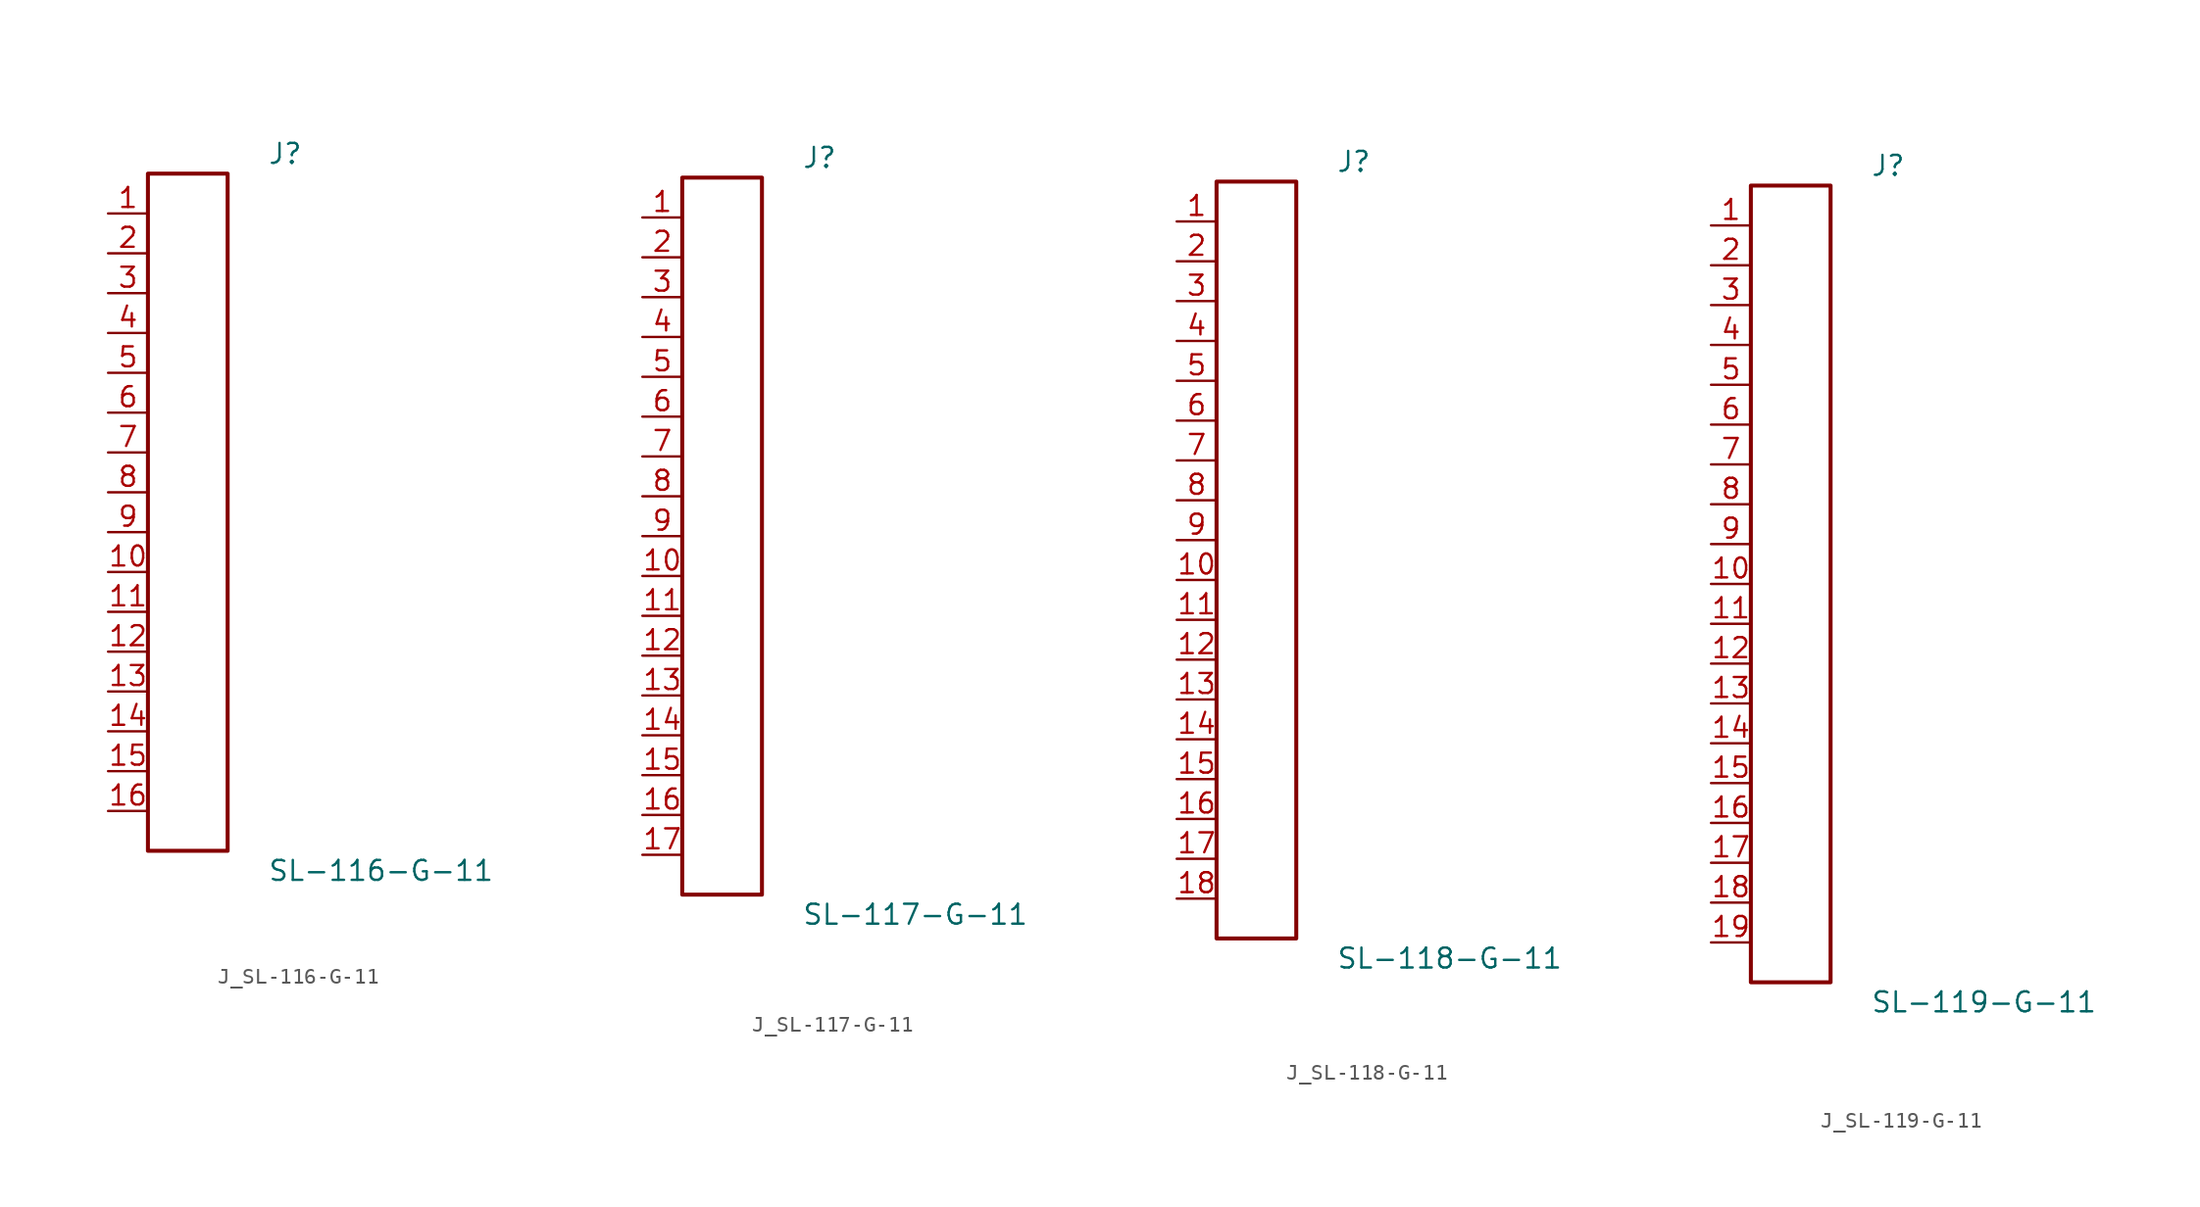
<source format=kicad_sym>
(kicad_symbol_lib
  (version 20231120)
  (generator kicad_symbol_editor)
  (generator_version 8.0)
  (symbol "J_SL-116-G-11"
    (pin_names
      (offset 0.254))
    (property "Reference" "J"
      (at 5.08 22.86 0)
      (effects (font (size 1.27 1.27)) (justify left)))
    (property "Value" "SL-116-G-11"
      (at 5.08 -22.86 0)
      (effects (font (size 1.27 1.27)) (justify left)))
    (symbol "J_SL-116-G-11_0_0"
      (pin unspecified line (at -5.08 19.05 0) (length 2.54) (name "" (effects (font (size 1.27 1.27)))) (number "1" (effects (font (size 1.27 1.27)))))
      (pin unspecified line (at -5.08 16.51 0) (length 2.54) (name "" (effects (font (size 1.27 1.27)))) (number "2" (effects (font (size 1.27 1.27)))))
      (pin unspecified line (at -5.08 13.97 0) (length 2.54) (name "" (effects (font (size 1.27 1.27)))) (number "3" (effects (font (size 1.27 1.27)))))
      (pin unspecified line (at -5.08 11.43 0) (length 2.54) (name "" (effects (font (size 1.27 1.27)))) (number "4" (effects (font (size 1.27 1.27)))))
      (pin unspecified line (at -5.08 8.89 0) (length 2.54) (name "" (effects (font (size 1.27 1.27)))) (number "5" (effects (font (size 1.27 1.27)))))
      (pin unspecified line (at -5.08 6.35 0) (length 2.54) (name "" (effects (font (size 1.27 1.27)))) (number "6" (effects (font (size 1.27 1.27)))))
      (pin unspecified line (at -5.08 3.81 0) (length 2.54) (name "" (effects (font (size 1.27 1.27)))) (number "7" (effects (font (size 1.27 1.27)))))
      (pin unspecified line (at -5.08 1.27 0) (length 2.54) (name "" (effects (font (size 1.27 1.27)))) (number "8" (effects (font (size 1.27 1.27)))))
      (pin unspecified line (at -5.08 -1.27 0) (length 2.54) (name "" (effects (font (size 1.27 1.27)))) (number "9" (effects (font (size 1.27 1.27)))))
      (pin unspecified line (at -5.08 -3.81 0) (length 2.54) (name "" (effects (font (size 1.27 1.27)))) (number "10" (effects (font (size 1.27 1.27)))))
      (pin unspecified line (at -5.08 -6.35 0) (length 2.54) (name "" (effects (font (size 1.27 1.27)))) (number "11" (effects (font (size 1.27 1.27)))))
      (pin unspecified line (at -5.08 -8.89 0) (length 2.54) (name "" (effects (font (size 1.27 1.27)))) (number "12" (effects (font (size 1.27 1.27)))))
      (pin unspecified line (at -5.08 -11.43 0) (length 2.54) (name "" (effects (font (size 1.27 1.27)))) (number "13" (effects (font (size 1.27 1.27)))))
      (pin unspecified line (at -5.08 -13.97 0) (length 2.54) (name "" (effects (font (size 1.27 1.27)))) (number "14" (effects (font (size 1.27 1.27)))))
      (pin unspecified line (at -5.08 -16.51 0) (length 2.54) (name "" (effects (font (size 1.27 1.27)))) (number "15" (effects (font (size 1.27 1.27)))))
      (pin unspecified line (at -5.08 -19.05 0) (length 2.54) (name "" (effects (font (size 1.27 1.27)))) (number "16" (effects (font (size 1.27 1.27))))))
    (symbol "J_SL-116-G-11_1_0"
      (rectangle (start -2.54 21.59) (end 2.54 -21.59) (stroke (width 0.254) (type solid)) (fill (type none)))))
  (symbol "J_SL-117-G-11"
    (pin_names
      (offset 0.254))
    (property "Reference" "J"
      (at 5.08 24.13 0)
      (effects (font (size 1.27 1.27)) (justify left)))
    (property "Value" "SL-117-G-11"
      (at 5.08 -24.13 0)
      (effects (font (size 1.27 1.27)) (justify left)))
    (symbol "J_SL-117-G-11_0_0"
      (pin unspecified line (at -5.08 20.32 0) (length 2.54) (name "" (effects (font (size 1.27 1.27)))) (number "1" (effects (font (size 1.27 1.27)))))
      (pin unspecified line (at -5.08 17.78 0) (length 2.54) (name "" (effects (font (size 1.27 1.27)))) (number "2" (effects (font (size 1.27 1.27)))))
      (pin unspecified line (at -5.08 15.24 0) (length 2.54) (name "" (effects (font (size 1.27 1.27)))) (number "3" (effects (font (size 1.27 1.27)))))
      (pin unspecified line (at -5.08 12.7 0) (length 2.54) (name "" (effects (font (size 1.27 1.27)))) (number "4" (effects (font (size 1.27 1.27)))))
      (pin unspecified line (at -5.08 10.16 0) (length 2.54) (name "" (effects (font (size 1.27 1.27)))) (number "5" (effects (font (size 1.27 1.27)))))
      (pin unspecified line (at -5.08 7.62 0) (length 2.54) (name "" (effects (font (size 1.27 1.27)))) (number "6" (effects (font (size 1.27 1.27)))))
      (pin unspecified line (at -5.08 5.08 0) (length 2.54) (name "" (effects (font (size 1.27 1.27)))) (number "7" (effects (font (size 1.27 1.27)))))
      (pin unspecified line (at -5.08 2.54 0) (length 2.54) (name "" (effects (font (size 1.27 1.27)))) (number "8" (effects (font (size 1.27 1.27)))))
      (pin unspecified line (at -5.08 0.0 0) (length 2.54) (name "" (effects (font (size 1.27 1.27)))) (number "9" (effects (font (size 1.27 1.27)))))
      (pin unspecified line (at -5.08 -2.54 0) (length 2.54) (name "" (effects (font (size 1.27 1.27)))) (number "10" (effects (font (size 1.27 1.27)))))
      (pin unspecified line (at -5.08 -5.08 0) (length 2.54) (name "" (effects (font (size 1.27 1.27)))) (number "11" (effects (font (size 1.27 1.27)))))
      (pin unspecified line (at -5.08 -7.62 0) (length 2.54) (name "" (effects (font (size 1.27 1.27)))) (number "12" (effects (font (size 1.27 1.27)))))
      (pin unspecified line (at -5.08 -10.16 0) (length 2.54) (name "" (effects (font (size 1.27 1.27)))) (number "13" (effects (font (size 1.27 1.27)))))
      (pin unspecified line (at -5.08 -12.7 0) (length 2.54) (name "" (effects (font (size 1.27 1.27)))) (number "14" (effects (font (size 1.27 1.27)))))
      (pin unspecified line (at -5.08 -15.24 0) (length 2.54) (name "" (effects (font (size 1.27 1.27)))) (number "15" (effects (font (size 1.27 1.27)))))
      (pin unspecified line (at -5.08 -17.78 0) (length 2.54) (name "" (effects (font (size 1.27 1.27)))) (number "16" (effects (font (size 1.27 1.27)))))
      (pin unspecified line (at -5.08 -20.32 0) (length 2.54) (name "" (effects (font (size 1.27 1.27)))) (number "17" (effects (font (size 1.27 1.27))))))
    (symbol "J_SL-117-G-11_1_0"
      (rectangle (start -2.54 22.86) (end 2.54 -22.86) (stroke (width 0.254) (type solid)) (fill (type none)))))
  (symbol "J_SL-118-G-11"
    (pin_names
      (offset 0.254))
    (property "Reference" "J"
      (at 5.08 25.4 0)
      (effects (font (size 1.27 1.27)) (justify left)))
    (property "Value" "SL-118-G-11"
      (at 5.08 -25.4 0)
      (effects (font (size 1.27 1.27)) (justify left)))
    (symbol "J_SL-118-G-11_0_0"
      (pin unspecified line (at -5.08 21.59 0) (length 2.54) (name "" (effects (font (size 1.27 1.27)))) (number "1" (effects (font (size 1.27 1.27)))))
      (pin unspecified line (at -5.08 19.05 0) (length 2.54) (name "" (effects (font (size 1.27 1.27)))) (number "2" (effects (font (size 1.27 1.27)))))
      (pin unspecified line (at -5.08 16.51 0) (length 2.54) (name "" (effects (font (size 1.27 1.27)))) (number "3" (effects (font (size 1.27 1.27)))))
      (pin unspecified line (at -5.08 13.97 0) (length 2.54) (name "" (effects (font (size 1.27 1.27)))) (number "4" (effects (font (size 1.27 1.27)))))
      (pin unspecified line (at -5.08 11.43 0) (length 2.54) (name "" (effects (font (size 1.27 1.27)))) (number "5" (effects (font (size 1.27 1.27)))))
      (pin unspecified line (at -5.08 8.89 0) (length 2.54) (name "" (effects (font (size 1.27 1.27)))) (number "6" (effects (font (size 1.27 1.27)))))
      (pin unspecified line (at -5.08 6.35 0) (length 2.54) (name "" (effects (font (size 1.27 1.27)))) (number "7" (effects (font (size 1.27 1.27)))))
      (pin unspecified line (at -5.08 3.81 0) (length 2.54) (name "" (effects (font (size 1.27 1.27)))) (number "8" (effects (font (size 1.27 1.27)))))
      (pin unspecified line (at -5.08 1.27 0) (length 2.54) (name "" (effects (font (size 1.27 1.27)))) (number "9" (effects (font (size 1.27 1.27)))))
      (pin unspecified line (at -5.08 -1.27 0) (length 2.54) (name "" (effects (font (size 1.27 1.27)))) (number "10" (effects (font (size 1.27 1.27)))))
      (pin unspecified line (at -5.08 -3.81 0) (length 2.54) (name "" (effects (font (size 1.27 1.27)))) (number "11" (effects (font (size 1.27 1.27)))))
      (pin unspecified line (at -5.08 -6.35 0) (length 2.54) (name "" (effects (font (size 1.27 1.27)))) (number "12" (effects (font (size 1.27 1.27)))))
      (pin unspecified line (at -5.08 -8.89 0) (length 2.54) (name "" (effects (font (size 1.27 1.27)))) (number "13" (effects (font (size 1.27 1.27)))))
      (pin unspecified line (at -5.08 -11.43 0) (length 2.54) (name "" (effects (font (size 1.27 1.27)))) (number "14" (effects (font (size 1.27 1.27)))))
      (pin unspecified line (at -5.08 -13.97 0) (length 2.54) (name "" (effects (font (size 1.27 1.27)))) (number "15" (effects (font (size 1.27 1.27)))))
      (pin unspecified line (at -5.08 -16.51 0) (length 2.54) (name "" (effects (font (size 1.27 1.27)))) (number "16" (effects (font (size 1.27 1.27)))))
      (pin unspecified line (at -5.08 -19.05 0) (length 2.54) (name "" (effects (font (size 1.27 1.27)))) (number "17" (effects (font (size 1.27 1.27)))))
      (pin unspecified line (at -5.08 -21.59 0) (length 2.54) (name "" (effects (font (size 1.27 1.27)))) (number "18" (effects (font (size 1.27 1.27))))))
    (symbol "J_SL-118-G-11_1_0"
      (rectangle (start -2.54 24.13) (end 2.54 -24.13) (stroke (width 0.254) (type solid)) (fill (type none)))))
  (symbol "J_SL-119-G-11"
    (pin_names
      (offset 0.254))
    (property "Reference" "J"
      (at 5.08 26.67 0)
      (effects (font (size 1.27 1.27)) (justify left)))
    (property "Value" "SL-119-G-11"
      (at 5.08 -26.67 0)
      (effects (font (size 1.27 1.27)) (justify left)))
    (symbol "J_SL-119-G-11_0_0"
      (pin unspecified line (at -5.08 22.86 0) (length 2.54) (name "" (effects (font (size 1.27 1.27)))) (number "1" (effects (font (size 1.27 1.27)))))
      (pin unspecified line (at -5.08 20.32 0) (length 2.54) (name "" (effects (font (size 1.27 1.27)))) (number "2" (effects (font (size 1.27 1.27)))))
      (pin unspecified line (at -5.08 17.78 0) (length 2.54) (name "" (effects (font (size 1.27 1.27)))) (number "3" (effects (font (size 1.27 1.27)))))
      (pin unspecified line (at -5.08 15.24 0) (length 2.54) (name "" (effects (font (size 1.27 1.27)))) (number "4" (effects (font (size 1.27 1.27)))))
      (pin unspecified line (at -5.08 12.7 0) (length 2.54) (name "" (effects (font (size 1.27 1.27)))) (number "5" (effects (font (size 1.27 1.27)))))
      (pin unspecified line (at -5.08 10.16 0) (length 2.54) (name "" (effects (font (size 1.27 1.27)))) (number "6" (effects (font (size 1.27 1.27)))))
      (pin unspecified line (at -5.08 7.62 0) (length 2.54) (name "" (effects (font (size 1.27 1.27)))) (number "7" (effects (font (size 1.27 1.27)))))
      (pin unspecified line (at -5.08 5.08 0) (length 2.54) (name "" (effects (font (size 1.27 1.27)))) (number "8" (effects (font (size 1.27 1.27)))))
      (pin unspecified line (at -5.08 2.54 0) (length 2.54) (name "" (effects (font (size 1.27 1.27)))) (number "9" (effects (font (size 1.27 1.27)))))
      (pin unspecified line (at -5.08 0.0 0) (length 2.54) (name "" (effects (font (size 1.27 1.27)))) (number "10" (effects (font (size 1.27 1.27)))))
      (pin unspecified line (at -5.08 -2.54 0) (length 2.54) (name "" (effects (font (size 1.27 1.27)))) (number "11" (effects (font (size 1.27 1.27)))))
      (pin unspecified line (at -5.08 -5.08 0) (length 2.54) (name "" (effects (font (size 1.27 1.27)))) (number "12" (effects (font (size 1.27 1.27)))))
      (pin unspecified line (at -5.08 -7.62 0) (length 2.54) (name "" (effects (font (size 1.27 1.27)))) (number "13" (effects (font (size 1.27 1.27)))))
      (pin unspecified line (at -5.08 -10.16 0) (length 2.54) (name "" (effects (font (size 1.27 1.27)))) (number "14" (effects (font (size 1.27 1.27)))))
      (pin unspecified line (at -5.08 -12.7 0) (length 2.54) (name "" (effects (font (size 1.27 1.27)))) (number "15" (effects (font (size 1.27 1.27)))))
      (pin unspecified line (at -5.08 -15.24 0) (length 2.54) (name "" (effects (font (size 1.27 1.27)))) (number "16" (effects (font (size 1.27 1.27)))))
      (pin unspecified line (at -5.08 -17.78 0) (length 2.54) (name "" (effects (font (size 1.27 1.27)))) (number "17" (effects (font (size 1.27 1.27)))))
      (pin unspecified line (at -5.08 -20.32 0) (length 2.54) (name "" (effects (font (size 1.27 1.27)))) (number "18" (effects (font (size 1.27 1.27)))))
      (pin unspecified line (at -5.08 -22.86 0) (length 2.54) (name "" (effects (font (size 1.27 1.27)))) (number "19" (effects (font (size 1.27 1.27))))))
    (symbol "J_SL-119-G-11_1_0"
      (rectangle (start -2.54 25.4) (end 2.54 -25.4) (stroke (width 0.254) (type solid)) (fill (type none))))))
</source>
